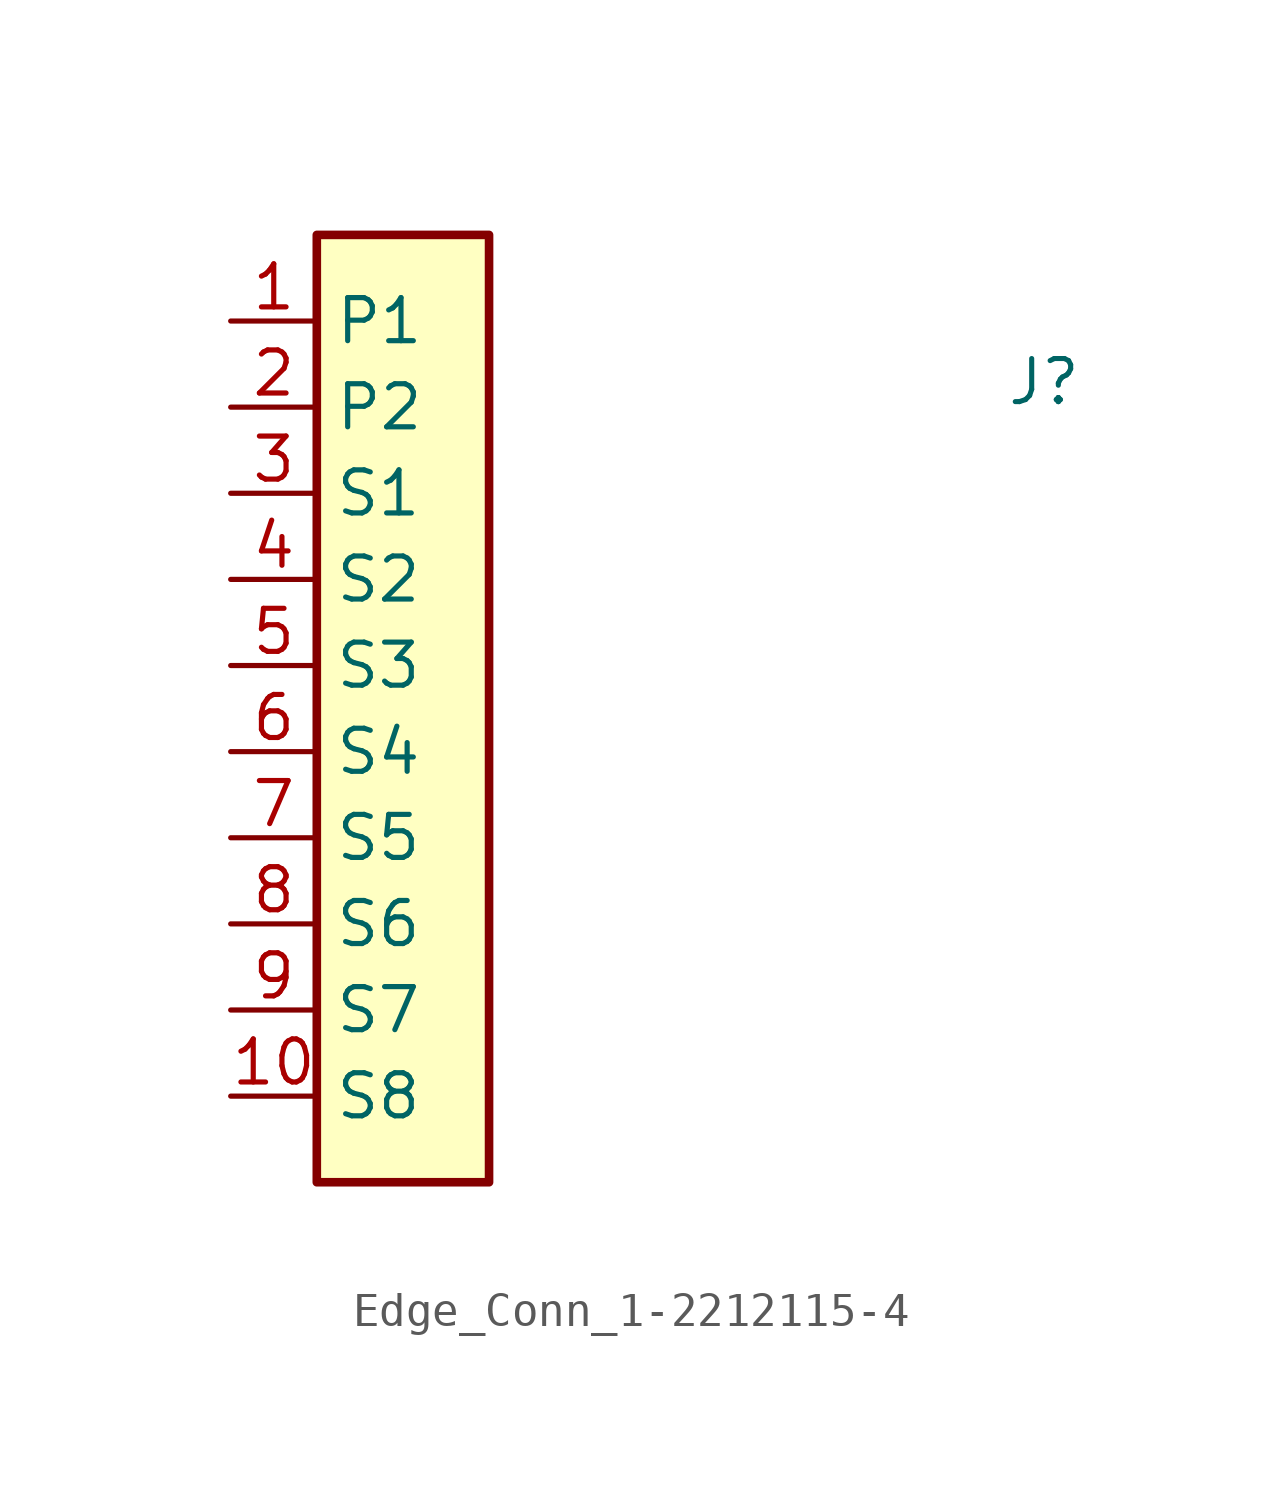
<source format=kicad_sym>
(kicad_symbol_lib
  (version 20211014)
  (generator kicad_symbol_editor)
  (symbol "thunderbolt-gpu-adapter:Edge_Conn_1-2212115-4"
    (property "Reference" "J"
      (at 22.86 -2.54 0)
      (effects (font (size 1.27 1.27) (thickness 0.15)) (justify left bottom)))
    (symbol "Edge_Conn_1-2212115-4_1_1"
      (rectangle (start 2.54 2.54) (end 7.62 -25.4) (stroke (width 0.254) (type default) (color 0 0 0 0)) (fill (type background)))
      (pin passive line (at 0 0 0) (length 2.54) (name "P1" (effects (font (size 1.27 1.27)))) (number "1" (effects (font (size 1.27 1.27)))))
      (pin passive line (at 0 -22.86 0) (length 2.54) (name "S8" (effects (font (size 1.27 1.27)))) (number "10" (effects (font (size 1.27 1.27)))))
      (pin passive line (at 0 -2.54 0) (length 2.54) (name "P2" (effects (font (size 1.27 1.27)))) (number "2" (effects (font (size 1.27 1.27)))))
      (pin passive line (at 0 -5.08 0) (length 2.54) (name "S1" (effects (font (size 1.27 1.27)))) (number "3" (effects (font (size 1.27 1.27)))))
      (pin passive line (at 0 -7.62 0) (length 2.54) (name "S2" (effects (font (size 1.27 1.27)))) (number "4" (effects (font (size 1.27 1.27)))))
      (pin passive line (at 0 -10.16 0) (length 2.54) (name "S3" (effects (font (size 1.27 1.27)))) (number "5" (effects (font (size 1.27 1.27)))))
      (pin passive line (at 0 -12.7 0) (length 2.54) (name "S4" (effects (font (size 1.27 1.27)))) (number "6" (effects (font (size 1.27 1.27)))))
      (pin passive line (at 0 -15.24 0) (length 2.54) (name "S5" (effects (font (size 1.27 1.27)))) (number "7" (effects (font (size 1.27 1.27)))))
      (pin passive line (at 0 -17.78 0) (length 2.54) (name "S6" (effects (font (size 1.27 1.27)))) (number "8" (effects (font (size 1.27 1.27)))))
      (pin passive line (at 0 -20.32 0) (length 2.54) (name "S7" (effects (font (size 1.27 1.27)))) (number "9" (effects (font (size 1.27 1.27))))))))
</source>
